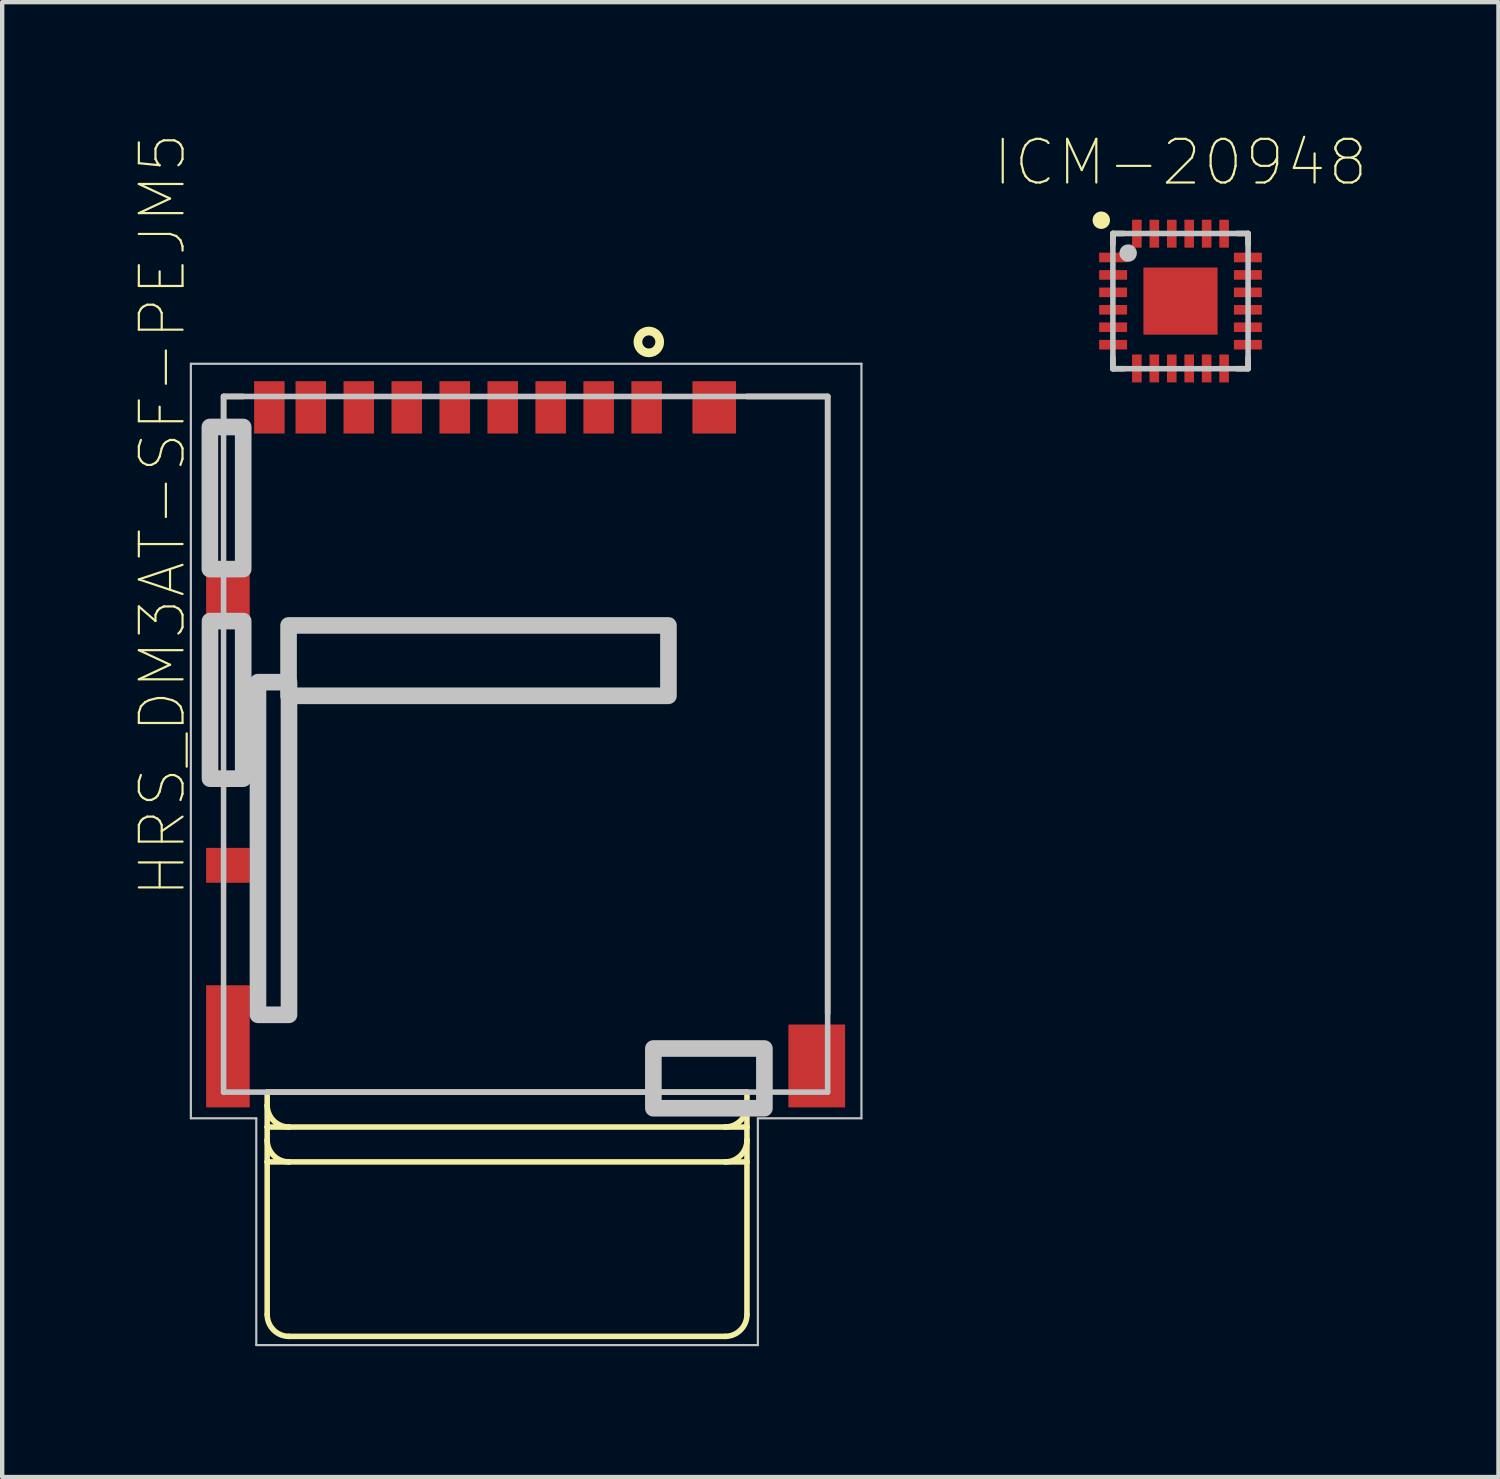
<source format=kicad_pcb>
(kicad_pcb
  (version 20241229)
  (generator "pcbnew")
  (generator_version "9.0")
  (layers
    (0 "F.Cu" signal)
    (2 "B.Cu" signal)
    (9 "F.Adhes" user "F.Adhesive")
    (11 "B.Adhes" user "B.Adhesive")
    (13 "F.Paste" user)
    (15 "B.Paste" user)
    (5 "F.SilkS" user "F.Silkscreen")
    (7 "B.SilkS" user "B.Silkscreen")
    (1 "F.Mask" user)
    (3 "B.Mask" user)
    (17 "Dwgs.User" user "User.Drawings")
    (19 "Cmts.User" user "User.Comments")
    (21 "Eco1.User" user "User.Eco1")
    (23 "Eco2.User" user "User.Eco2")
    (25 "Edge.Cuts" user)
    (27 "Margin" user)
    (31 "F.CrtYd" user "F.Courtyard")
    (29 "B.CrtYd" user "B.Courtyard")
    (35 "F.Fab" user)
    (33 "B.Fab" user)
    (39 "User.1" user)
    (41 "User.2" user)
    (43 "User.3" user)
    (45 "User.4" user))
  (footprint "HRS_DM3AT-SF-PEJM5"
    (layer "F.Cu")
    (at 8.576 6.29)
    (property "Reference" "HRS_DM3AT-SF-PEJM5" (at -7.902 2.465 90) (layer "F.SilkS") (effects (font (size 1.002 1.002) (thickness 0.05))))
    (attr smd)
    (fp_line (start -6.5 -0.25) (end -6.5 0.3) (stroke (width 0.127) (type solid)) (layer "F.SilkS"))
    (fp_line (start -6.05 -0.25) (end -6.5 -0.25) (stroke (width 0.127) (type solid)) (layer "F.SilkS"))
    (fp_line (start -5.5 15.7) (end -5.5 16) (stroke (width 0.127) (type solid)) (layer "F.SilkS"))
    (fp_line (start -5.5 15.7) (end 5.5 15.7) (stroke (width 0.127) (type solid)) (layer "F.SilkS"))
    (fp_line (start -5.5 16.5) (end -5.5 16) (stroke (width 0.127) (type solid)) (layer "F.SilkS"))
    (fp_line (start -5.5 16.5) (end -5.5 16.8) (stroke (width 0.127) (type solid)) (layer "F.SilkS"))
    (fp_line (start -5.5 17.3) (end -5.5 16.8) (stroke (width 0.127) (type solid)) (layer "F.SilkS"))
    (fp_line (start -5.5 17.3) (end -5.5 20.8) (stroke (width 0.127) (type solid)) (layer "F.SilkS"))
    (fp_line (start -5 16.5) (end -5.5 16.5) (stroke (width 0.127) (type solid)) (layer "F.SilkS"))
    (fp_line (start -5 17.3) (end -5.5 17.3) (stroke (width 0.127) (type solid)) (layer "F.SilkS"))
    (fp_line (start 5 16.5) (end -5 16.5) (stroke (width 0.127) (type solid)) (layer "F.SilkS"))
    (fp_line (start 5 17.3) (end -5 17.3) (stroke (width 0.127) (type solid)) (layer "F.SilkS"))
    (fp_line (start 5 21.3) (end -5 21.3) (stroke (width 0.127) (type solid)) (layer "F.SilkS"))
    (fp_line (start 5.5 -0.25) (end 7.35 -0.25) (stroke (width 0.127) (type solid)) (layer "F.SilkS"))
    (fp_line (start 5.5 15.7) (end 5.5 16) (stroke (width 0.127) (type solid)) (layer "F.SilkS"))
    (fp_line (start 5.5 16) (end 5.5 16.5) (stroke (width 0.127) (type solid)) (layer "F.SilkS"))
    (fp_line (start 5.5 16.5) (end 5 16.5) (stroke (width 0.127) (type solid)) (layer "F.SilkS"))
    (fp_line (start 5.5 16.5) (end 5.5 16.8) (stroke (width 0.127) (type solid)) (layer "F.SilkS"))
    (fp_line (start 5.5 16.8) (end 5.5 17.3) (stroke (width 0.127) (type solid)) (layer "F.SilkS"))
    (fp_line (start 5.5 17.3) (end 5 17.3) (stroke (width 0.127) (type solid)) (layer "F.SilkS"))
    (fp_line (start 5.5 17.3) (end 5.5 20.8) (stroke (width 0.127) (type solid)) (layer "F.SilkS"))
    (fp_line (start 7.35 -0.25) (end 7.35 13.9) (stroke (width 0.127) (type solid)) (layer "F.SilkS"))
    (fp_arc (start -5 16.5) (mid -5.353553 16.353553) (end -5.5 16) (stroke (width 0.127) (type solid)) (layer "F.SilkS"))
    (fp_arc (start -5 17.3) (mid -5.353553 17.153553) (end -5.5 16.8) (stroke (width 0.127) (type solid)) (layer "F.SilkS"))
    (fp_arc (start -5 21.3) (mid -5.353553 21.153553) (end -5.5 20.8) (stroke (width 0.127) (type solid)) (layer "F.SilkS"))
    (fp_arc (start 5.5 16) (mid 5.353553 16.353553) (end 5 16.5) (stroke (width 0.127) (type solid)) (layer "F.SilkS"))
    (fp_arc (start 5.5 16.8) (mid 5.353553 17.153553) (end 5 17.3) (stroke (width 0.127) (type solid)) (layer "F.SilkS"))
    (fp_arc (start 5.5 20.8) (mid 5.353553 21.153553) (end 5 21.3) (stroke (width 0.127) (type solid)) (layer "F.SilkS"))
    (fp_circle (center 3.25 -1.5) (end 3.5 -1.5) (stroke (width 0.2) (type solid)) (fill no) (layer "F.SilkS"))
    (fp_line (start -7.25 -1) (end 8.125 -1) (stroke (width 0.05) (type solid)) (layer "Dwgs.User"))
    (fp_line (start -7.25 16.3) (end -7.25 -1) (stroke (width 0.05) (type solid)) (layer "Dwgs.User"))
    (fp_line (start -6.5 -0.25) (end 7.35 -0.25) (stroke (width 0.127) (type solid)) (layer "Dwgs.User"))
    (fp_line (start -6.5 15.7) (end -6.5 -0.25) (stroke (width 0.127) (type solid)) (layer "Dwgs.User"))
    (fp_line (start -5.75 16.3) (end -7.25 16.3) (stroke (width 0.05) (type solid)) (layer "Dwgs.User"))
    (fp_line (start -5.75 21.5) (end -5.75 16.3) (stroke (width 0.05) (type solid)) (layer "Dwgs.User"))
    (fp_line (start 5.75 16.3) (end 5.75 21.5) (stroke (width 0.05) (type solid)) (layer "Dwgs.User"))
    (fp_line (start 5.75 21.5) (end -5.75 21.5) (stroke (width 0.05) (type solid)) (layer "Dwgs.User"))
    (fp_line (start 7.35 -0.25) (end 7.35 15.7) (stroke (width 0.127) (type solid)) (layer "Dwgs.User"))
    (fp_line (start 7.35 15.7) (end -6.5 15.7) (stroke (width 0.127) (type solid)) (layer "Dwgs.User"))
    (fp_line (start 8.125 -1) (end 8.125 16.3) (stroke (width 0.05) (type solid)) (layer "Dwgs.User"))
    (fp_line (start 8.125 16.3) (end 5.75 16.3) (stroke (width 0.05) (type solid)) (layer "Dwgs.User"))
    (fp_poly (pts (xy -6.814 0.45) (xy -6.05 0.45) (xy -6.05 3.708) (xy -6.814 3.708)) (stroke (width 0.381) (type solid)) (fill no) (layer "Dwgs.User"))
    (fp_poly (pts (xy -6.811 4.9) (xy -6.05 4.9) (xy -6.05 8.513) (xy -6.811 8.513)) (stroke (width 0.381) (type solid)) (fill no) (layer "Dwgs.User"))
    (fp_poly (pts (xy -5.711 6.3) (xy -5 6.3) (xy -5 13.927) (xy -5.711 13.927)) (stroke (width 0.381) (type solid)) (fill no) (layer "Dwgs.User"))
    (fp_poly (pts (xy -5.01 5) (xy 3.7 5) (xy 3.7 6.613) (xy -5.01 6.613)) (stroke (width 0.381) (type solid)) (fill no) (layer "Dwgs.User"))
    (fp_poly (pts (xy 3.354 14.7) (xy 5.9 14.7) (xy 5.9 16.069) (xy 3.354 16.069)) (stroke (width 0.381) (type solid)) (fill no) (layer "Dwgs.User"))
    (pad "1" smd rect (at 3.2 0) (size 0.7 1.2) (layers "F.Cu" "F.Mask" "F.Paste"))
    (pad "2" smd rect (at 2.1 0) (size 0.7 1.2) (layers "F.Cu" "F.Mask" "F.Paste"))
    (pad "3" smd rect (at 1 0) (size 0.7 1.2) (layers "F.Cu" "F.Mask" "F.Paste"))
    (pad "4" smd rect (at -0.1 0) (size 0.7 1.2) (layers "F.Cu" "F.Mask" "F.Paste"))
    (pad "5" smd rect (at -1.2 0) (size 0.7 1.2) (layers "F.Cu" "F.Mask" "F.Paste"))
    (pad "6" smd rect (at -2.3 0) (size 0.7 1.2) (layers "F.Cu" "F.Mask" "F.Paste"))
    (pad "7" smd rect (at -3.4 0) (size 0.7 1.2) (layers "F.Cu" "F.Mask" "F.Paste"))
    (pad "8" smd rect (at -4.5 0) (size 0.7 1.2) (layers "F.Cu" "F.Mask" "F.Paste"))
    (pad "P1" smd rect (at -6.4 4.3) (size 1 1.2) (layers "F.Cu" "F.Mask" "F.Paste"))
    (pad "P2" smd rect (at -6.4 14.65) (size 1 2.8) (layers "F.Cu" "F.Mask" "F.Paste"))
    (pad "P3" smd rect (at 7.1 15.1) (size 1.3 1.9) (layers "F.Cu" "F.Mask" "F.Paste"))
    (pad "P4" smd rect (at 4.75 0) (size 1 1.2) (layers "F.Cu" "F.Mask" "F.Paste"))
    (pad "SWA" smd rect (at -6.4 10.5) (size 1 0.8) (layers "F.Cu" "F.Mask" "F.Paste"))
    (pad "SWB" smd rect (at -5.45 0) (size 0.7 1.2) (layers "F.Cu" "F.Mask" "F.Paste")))
  (footprint "ICM-20948"
    (layer "F.Cu")
    (at 24.016 3.853)
    (property "Reference" "ICM-20948" (at 0 -3.179 0) (layer "F.SilkS") (effects (font (size 1.001 1.001) (thickness 0.05))))
    (attr smd)
    (fp_line (start -1.55 -1.55) (end -1.55 -1.3) (stroke (width 0.127) (type solid)) (layer "F.SilkS"))
    (fp_line (start -1.55 1.3) (end -1.55 1.55) (stroke (width 0.127) (type solid)) (layer "F.SilkS"))
    (fp_line (start -1.55 1.55) (end -1.3 1.55) (stroke (width 0.127) (type solid)) (layer "F.SilkS"))
    (fp_line (start -1.3 -1.55) (end -1.55 -1.55) (stroke (width 0.127) (type solid)) (layer "F.SilkS"))
    (fp_line (start 1.3 -1.55) (end 1.55 -1.55) (stroke (width 0.127) (type solid)) (layer "F.SilkS"))
    (fp_line (start 1.55 -1.55) (end 1.55 -1.3) (stroke (width 0.127) (type solid)) (layer "F.SilkS"))
    (fp_line (start 1.55 1.3) (end 1.55 1.55) (stroke (width 0.127) (type solid)) (layer "F.SilkS"))
    (fp_line (start 1.55 1.55) (end 1.3 1.55) (stroke (width 0.127) (type solid)) (layer "F.SilkS"))
    (fp_circle (center -1.816 -1.854) (end -1.716 -1.854) (stroke (width 0.2) (type solid)) (fill no) (layer "F.SilkS"))
    (fp_poly (pts (xy -0.691 0.08) (xy -0.08 0.08) (xy -0.08 0.611) (xy -0.691 0.611)) (stroke (width 0) (type solid)) (fill yes) (layer "F.Paste"))
    (fp_poly (pts (xy -0.69 -0.61) (xy -0.08 -0.61) (xy -0.08 -0.08) (xy -0.69 -0.08)) (stroke (width 0) (type solid)) (fill yes) (layer "F.Paste"))
    (fp_poly (pts (xy 0.08 0.08) (xy 0.69 0.08) (xy 0.69 0.61) (xy 0.08 0.61)) (stroke (width 0) (type solid)) (fill yes) (layer "F.Paste"))
    (fp_poly (pts (xy 0.08 -0.61) (xy 0.69 -0.61) (xy 0.69 -0.08) (xy 0.08 -0.08)) (stroke (width 0) (type solid)) (fill yes) (layer "F.Paste"))
    (fp_line (start -1.55 -1.55) (end 1.55 -1.55) (stroke (width 0.127) (type solid)) (layer "Dwgs.User"))
    (fp_line (start -1.55 1.55) (end -1.55 -1.55) (stroke (width 0.127) (type solid)) (layer "Dwgs.User"))
    (fp_line (start 1.55 -1.55) (end 1.55 1.55) (stroke (width 0.127) (type solid)) (layer "Dwgs.User"))
    (fp_line (start 1.55 1.55) (end -1.55 1.55) (stroke (width 0.127) (type solid)) (layer "Dwgs.User"))
    (fp_circle (center -1.2 -1.1) (end -1.1 -1.1) (stroke (width 0.2) (type solid)) (fill no) (layer "Dwgs.User"))
    (fp_line (start -2.12 -2.12) (end 2.12 -2.12) (stroke (width 0.05) (type solid)) (layer "Eco1.User"))
    (fp_line (start -2.12 2.12) (end -2.12 -2.12) (stroke (width 0.05) (type solid)) (layer "Eco1.User"))
    (fp_line (start 2.12 -2.12) (end 2.12 2.12) (stroke (width 0.05) (type solid)) (layer "Eco1.User"))
    (fp_line (start 2.12 2.12) (end -2.12 2.12) (stroke (width 0.05) (type solid)) (layer "Eco1.User"))
    (pad "1" smd rect (at -1.545 -1) (size 0.64 0.22) (layers "F.Cu" "F.Mask" "F.Paste"))
    (pad "2" smd rect (at -1.545 -0.6) (size 0.64 0.22) (layers "F.Cu" "F.Mask" "F.Paste"))
    (pad "3" smd rect (at -1.545 -0.2) (size 0.64 0.22) (layers "F.Cu" "F.Mask" "F.Paste"))
    (pad "4" smd rect (at -1.545 0.2) (size 0.64 0.22) (layers "F.Cu" "F.Mask" "F.Paste"))
    (pad "5" smd rect (at -1.545 0.6) (size 0.64 0.22) (layers "F.Cu" "F.Mask" "F.Paste"))
    (pad "6" smd rect (at -1.545 1) (size 0.64 0.22) (layers "F.Cu" "F.Mask" "F.Paste"))
    (pad "7" smd rect (at -1 1.545 90) (size 0.64 0.22) (layers "F.Cu" "F.Mask" "F.Paste"))
    (pad "8" smd rect (at -0.6 1.545 90) (size 0.64 0.22) (layers "F.Cu" "F.Mask" "F.Paste"))
    (pad "9" smd rect (at -0.2 1.545 90) (size 0.64 0.22) (layers "F.Cu" "F.Mask" "F.Paste"))
    (pad "10" smd rect (at 0.2 1.545 90) (size 0.64 0.22) (layers "F.Cu" "F.Mask" "F.Paste"))
    (pad "11" smd rect (at 0.6 1.545 90) (size 0.64 0.22) (layers "F.Cu" "F.Mask" "F.Paste"))
    (pad "12" smd rect (at 1 1.545 90) (size 0.64 0.22) (layers "F.Cu" "F.Mask" "F.Paste"))
    (pad "13" smd rect (at 1.545 1 180) (size 0.64 0.22) (layers "F.Cu" "F.Mask" "F.Paste"))
    (pad "14" smd rect (at 1.545 0.6 180) (size 0.64 0.22) (layers "F.Cu" "F.Mask" "F.Paste"))
    (pad "15" smd rect (at 1.545 0.2 180) (size 0.64 0.22) (layers "F.Cu" "F.Mask" "F.Paste"))
    (pad "16" smd rect (at 1.545 -0.2 180) (size 0.64 0.22) (layers "F.Cu" "F.Mask" "F.Paste"))
    (pad "17" smd rect (at 1.545 -0.6 180) (size 0.64 0.22) (layers "F.Cu" "F.Mask" "F.Paste"))
    (pad "18" smd rect (at 1.545 -1 180) (size 0.64 0.22) (layers "F.Cu" "F.Mask" "F.Paste"))
    (pad "19" smd rect (at 1 -1.545 270) (size 0.64 0.22) (layers "F.Cu" "F.Mask" "F.Paste"))
    (pad "20" smd rect (at 0.6 -1.545 270) (size 0.64 0.22) (layers "F.Cu" "F.Mask" "F.Paste"))
    (pad "21" smd rect (at 0.2 -1.545 270) (size 0.64 0.22) (layers "F.Cu" "F.Mask" "F.Paste"))
    (pad "22" smd rect (at -0.2 -1.545 270) (size 0.64 0.22) (layers "F.Cu" "F.Mask" "F.Paste"))
    (pad "23" smd rect (at -0.6 -1.545 270) (size 0.64 0.22) (layers "F.Cu" "F.Mask" "F.Paste"))
    (pad "24" smd rect (at -1 -1.545 270) (size 0.64 0.22) (layers "F.Cu" "F.Mask" "F.Paste"))
    (pad "25" smd rect (at 0 0 90) (size 1.54 1.7) (layers "F.Cu" "F.Mask" "F.Paste")))
  (gr_rect
    (start -3 -3)
    (end 31.306 30.815)
    (stroke (width 0.1) (type default))
    (fill no)
    (layer "Edge.Cuts")))
</source>
